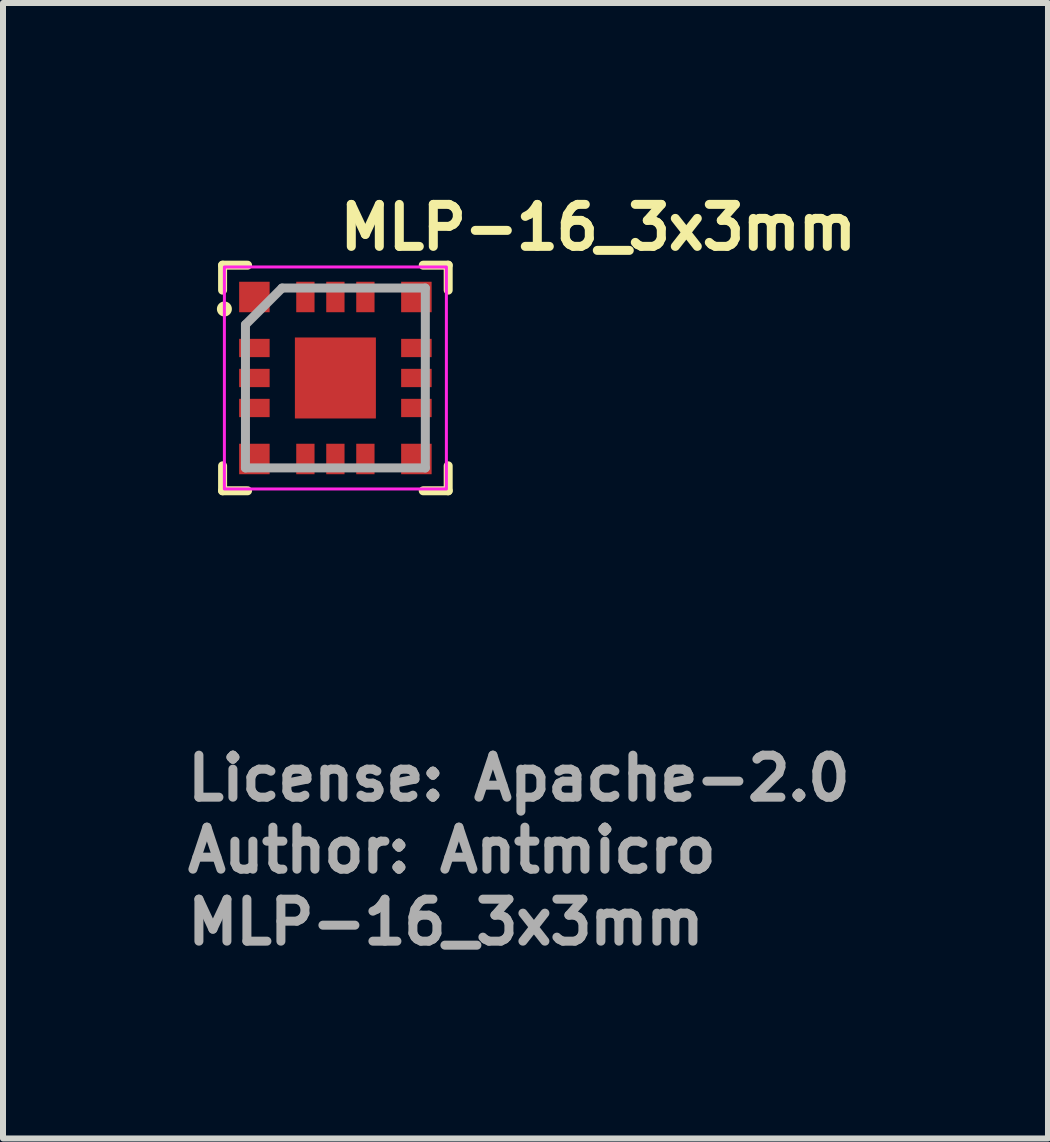
<source format=kicad_pcb>
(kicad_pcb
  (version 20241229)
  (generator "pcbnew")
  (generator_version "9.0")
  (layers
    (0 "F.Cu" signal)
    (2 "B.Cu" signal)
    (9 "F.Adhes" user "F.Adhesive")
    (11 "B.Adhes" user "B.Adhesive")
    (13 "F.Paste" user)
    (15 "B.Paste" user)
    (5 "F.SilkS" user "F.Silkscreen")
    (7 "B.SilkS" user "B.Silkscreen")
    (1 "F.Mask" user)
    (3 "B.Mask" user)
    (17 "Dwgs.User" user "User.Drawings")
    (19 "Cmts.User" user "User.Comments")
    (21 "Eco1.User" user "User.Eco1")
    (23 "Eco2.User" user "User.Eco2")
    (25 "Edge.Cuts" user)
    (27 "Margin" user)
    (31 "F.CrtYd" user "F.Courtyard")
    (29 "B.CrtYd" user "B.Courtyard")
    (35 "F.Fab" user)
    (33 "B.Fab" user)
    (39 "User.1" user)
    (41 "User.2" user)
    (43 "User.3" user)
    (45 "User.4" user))
  (footprint "MLP-16_3x3mm"
    (layer "F.Cu")
    (at 2.54 3.25)
    (property "Reference" "MLP-16_3x3mm" (at 0 -2.1 0) (unlocked yes) (layer "F.SilkS") (effects (font (size 0.7 0.7) (thickness 0.15)) (justify left bottom)))
    (attr smd)
    (fp_line (start -1.88 -1.88) (end -1.88 -1.464) (stroke (width 0.15) (type solid)) (layer "F.SilkS"))
    (fp_line (start -1.88 1.464) (end -1.88 1.88) (stroke (width 0.15) (type solid)) (layer "F.SilkS"))
    (fp_line (start -1.464 -1.88) (end -1.88 -1.88) (stroke (width 0.15) (type solid)) (layer "F.SilkS"))
    (fp_line (start -1.464 1.88) (end -1.88 1.88) (stroke (width 0.15) (type solid)) (layer "F.SilkS"))
    (fp_line (start 1.88 -1.88) (end 1.464 -1.88) (stroke (width 0.15) (type solid)) (layer "F.SilkS"))
    (fp_line (start 1.88 -1.88) (end 1.88 -1.464) (stroke (width 0.15) (type solid)) (layer "F.SilkS"))
    (fp_line (start 1.88 1.464) (end 1.88 1.88) (stroke (width 0.15) (type solid)) (layer "F.SilkS"))
    (fp_line (start 1.88 1.88) (end 1.464 1.88) (stroke (width 0.15) (type solid)) (layer "F.SilkS"))
    (fp_circle (center -1.85 -1.15) (end -1.8 -1.15) (stroke (width 0.15) (type solid)) (fill yes) (layer "F.SilkS"))
    (fp_rect (start -1.85 -1.85) (end 1.85 1.85) (stroke (width 0.05) (type solid)) (fill no) (layer "F.CrtYd"))
    (fp_line (start -1.499 -0.889) (end -1.499 1.499) (stroke (width 0.15) (type solid)) (layer "F.Fab"))
    (fp_line (start -0.889 -1.499) (end -1.499 -0.889) (stroke (width 0.15) (type solid)) (layer "F.Fab"))
    (fp_line (start 1.499 -1.499) (end -0.889 -1.499) (stroke (width 0.15) (type solid)) (layer "F.Fab"))
    (fp_line (start 1.499 -1.499) (end 1.499 1.499) (stroke (width 0.15) (type solid)) (layer "F.Fab"))
    (fp_line (start 1.499 1.499) (end -1.499 1.499) (stroke (width 0.15) (type solid)) (layer "F.Fab"))
    (fp_rect (start -1.604 -1.604) (end 1.604 1.604) (stroke (width 0.1) (type solid)) (fill no) (layer "User.5"))
    (fp_line (start -1.604 -1.604) (end -1.604 -1.096) (stroke (width 0.02) (type solid)) (layer "User.9"))
    (fp_line (start -1.604 -1.096) (end -1.499 -1.096) (stroke (width 0.02) (type solid)) (layer "User.9"))
    (fp_line (start -1.604 1.096) (end -1.604 1.604) (stroke (width 0.02) (type solid)) (layer "User.9"))
    (fp_line (start -1.604 1.604) (end -1.096 1.604) (stroke (width 0.02) (type solid)) (layer "User.9"))
    (fp_line (start -1.499 -1.499) (end -1.499 1.499) (stroke (width 0.02) (type solid)) (layer "User.9"))
    (fp_line (start -1.499 1.096) (end -1.604 1.096) (stroke (width 0.02) (type solid)) (layer "User.9"))
    (fp_line (start -1.499 1.499) (end 1.499 1.499) (stroke (width 0.02) (type solid)) (layer "User.9"))
    (fp_line (start -1.274 -0.508) (end -1.274 -0.504) (stroke (width 0.02) (type solid)) (layer "User.9"))
    (fp_line (start -1.274 -0.504) (end -1.274 -0.5) (stroke (width 0.02) (type solid)) (layer "User.9"))
    (fp_line (start -1.274 -0.5) (end -1.274 -0.5) (stroke (width 0.02) (type solid)) (layer "User.9"))
    (fp_line (start -1.274 -0.5) (end -1.274 -0.496) (stroke (width 0.02) (type solid)) (layer "User.9"))
    (fp_line (start -1.274 -0.496) (end -1.274 -0.492) (stroke (width 0.02) (type solid)) (layer "User.9"))
    (fp_line (start -1.274 -0.492) (end -1.273 -0.489) (stroke (width 0.02) (type solid)) (layer "User.9"))
    (fp_line (start -1.273 -0.511) (end -1.274 -0.508) (stroke (width 0.02) (type solid)) (layer "User.9"))
    (fp_line (start -1.273 -0.489) (end -1.272 -0.485) (stroke (width 0.02) (type solid)) (layer "User.9"))
    (fp_line (start -1.272 -0.519) (end -1.272 -0.515) (stroke (width 0.02) (type solid)) (layer "User.9"))
    (fp_line (start -1.272 -0.515) (end -1.273 -0.511) (stroke (width 0.02) (type solid)) (layer "User.9"))
    (fp_line (start -1.272 -0.485) (end -1.272 -0.481) (stroke (width 0.02) (type solid)) (layer "User.9"))
    (fp_line (start -1.272 -0.481) (end -1.271 -0.478) (stroke (width 0.02) (type solid)) (layer "User.9"))
    (fp_line (start -1.271 -0.522) (end -1.272 -0.519) (stroke (width 0.02) (type solid)) (layer "User.9"))
    (fp_line (start -1.271 -0.478) (end -1.269 -0.474) (stroke (width 0.02) (type solid)) (layer "User.9"))
    (fp_line (start -1.269 -0.526) (end -1.271 -0.522) (stroke (width 0.02) (type solid)) (layer "User.9"))
    (fp_line (start -1.269 -0.474) (end -1.268 -0.471) (stroke (width 0.02) (type solid)) (layer "User.9"))
    (fp_line (start -1.268 -0.529) (end -1.269 -0.526) (stroke (width 0.02) (type solid)) (layer "User.9"))
    (fp_line (start -1.268 -0.471) (end -1.267 -0.468) (stroke (width 0.02) (type solid)) (layer "User.9"))
    (fp_line (start -1.267 -0.532) (end -1.268 -0.529) (stroke (width 0.02) (type solid)) (layer "User.9"))
    (fp_line (start -1.267 -0.468) (end -1.265 -0.464) (stroke (width 0.02) (type solid)) (layer "User.9"))
    (fp_line (start -1.265 -0.536) (end -1.267 -0.532) (stroke (width 0.02) (type solid)) (layer "User.9"))
    (fp_line (start -1.265 -0.464) (end -1.263 -0.461) (stroke (width 0.02) (type solid)) (layer "User.9"))
    (fp_line (start -1.263 -0.539) (end -1.265 -0.536) (stroke (width 0.02) (type solid)) (layer "User.9"))
    (fp_line (start -1.263 -0.461) (end -1.261 -0.458) (stroke (width 0.02) (type solid)) (layer "User.9"))
    (fp_line (start -1.261 -0.542) (end -1.263 -0.539) (stroke (width 0.02) (type solid)) (layer "User.9"))
    (fp_line (start -1.261 -0.458) (end -1.259 -0.455) (stroke (width 0.02) (type solid)) (layer "User.9"))
    (fp_line (start -1.259 -0.545) (end -1.261 -0.542) (stroke (width 0.02) (type solid)) (layer "User.9"))
    (fp_line (start -1.259 -0.455) (end -1.257 -0.452) (stroke (width 0.02) (type solid)) (layer "User.9"))
    (fp_line (start -1.257 -0.548) (end -1.259 -0.545) (stroke (width 0.02) (type solid)) (layer "User.9"))
    (fp_line (start -1.257 -0.452) (end -1.254 -0.45) (stroke (width 0.02) (type solid)) (layer "User.9"))
    (fp_line (start -1.254 -0.55) (end -1.257 -0.548) (stroke (width 0.02) (type solid)) (layer "User.9"))
    (fp_line (start -1.254 -0.45) (end -1.252 -0.447) (stroke (width 0.02) (type solid)) (layer "User.9"))
    (fp_line (start -1.252 -0.553) (end -1.254 -0.55) (stroke (width 0.02) (type solid)) (layer "User.9"))
    (fp_line (start -1.252 -0.447) (end -1.249 -0.445) (stroke (width 0.02) (type solid)) (layer "User.9"))
    (fp_line (start -1.249 -0.555) (end -1.252 -0.553) (stroke (width 0.02) (type solid)) (layer "User.9"))
    (fp_line (start -1.249 -0.445) (end -1.247 -0.442) (stroke (width 0.02) (type solid)) (layer "User.9"))
    (fp_line (start -1.247 -0.558) (end -1.249 -0.555) (stroke (width 0.02) (type solid)) (layer "User.9"))
    (fp_line (start -1.247 -0.442) (end -1.244 -0.44) (stroke (width 0.02) (type solid)) (layer "User.9"))
    (fp_line (start -1.244 -0.56) (end -1.247 -0.558) (stroke (width 0.02) (type solid)) (layer "User.9"))
    (fp_line (start -1.244 -0.44) (end -1.241 -0.438) (stroke (width 0.02) (type solid)) (layer "User.9"))
    (fp_line (start -1.241 -0.562) (end -1.244 -0.56) (stroke (width 0.02) (type solid)) (layer "User.9"))
    (fp_line (start -1.241 -0.438) (end -1.238 -0.436) (stroke (width 0.02) (type solid)) (layer "User.9"))
    (fp_line (start -1.238 -0.564) (end -1.241 -0.562) (stroke (width 0.02) (type solid)) (layer "User.9"))
    (fp_line (start -1.238 -0.436) (end -1.235 -0.434) (stroke (width 0.02) (type solid)) (layer "User.9"))
    (fp_line (start -1.235 -0.566) (end -1.238 -0.564) (stroke (width 0.02) (type solid)) (layer "User.9"))
    (fp_line (start -1.235 -0.434) (end -1.231 -0.432) (stroke (width 0.02) (type solid)) (layer "User.9"))
    (fp_line (start -1.231 -0.568) (end -1.235 -0.566) (stroke (width 0.02) (type solid)) (layer "User.9"))
    (fp_line (start -1.231 -0.432) (end -1.228 -0.431) (stroke (width 0.02) (type solid)) (layer "User.9"))
    (fp_line (start -1.228 -0.569) (end -1.231 -0.568) (stroke (width 0.02) (type solid)) (layer "User.9"))
    (fp_line (start -1.228 -0.431) (end -1.225 -0.43) (stroke (width 0.02) (type solid)) (layer "User.9"))
    (fp_line (start -1.225 -0.57) (end -1.228 -0.569) (stroke (width 0.02) (type solid)) (layer "User.9"))
    (fp_line (start -1.225 -0.43) (end -1.221 -0.428) (stroke (width 0.02) (type solid)) (layer "User.9"))
    (fp_line (start -1.221 -0.572) (end -1.225 -0.57) (stroke (width 0.02) (type solid)) (layer "User.9"))
    (fp_line (start -1.221 -0.428) (end -1.218 -0.427) (stroke (width 0.02) (type solid)) (layer "User.9"))
    (fp_line (start -1.218 -0.573) (end -1.221 -0.572) (stroke (width 0.02) (type solid)) (layer "User.9"))
    (fp_line (start -1.218 -0.427) (end -1.214 -0.427) (stroke (width 0.02) (type solid)) (layer "User.9"))
    (fp_line (start -1.214 -0.573) (end -1.218 -0.573) (stroke (width 0.02) (type solid)) (layer "User.9"))
    (fp_line (start -1.214 -0.427) (end -1.21 -0.426) (stroke (width 0.02) (type solid)) (layer "User.9"))
    (fp_line (start -1.21 -0.574) (end -1.214 -0.573) (stroke (width 0.02) (type solid)) (layer "User.9"))
    (fp_line (start -1.21 -0.426) (end -1.207 -0.425) (stroke (width 0.02) (type solid)) (layer "User.9"))
    (fp_line (start -1.207 -0.575) (end -1.21 -0.574) (stroke (width 0.02) (type solid)) (layer "User.9"))
    (fp_line (start -1.207 -0.425) (end -1.203 -0.425) (stroke (width 0.02) (type solid)) (layer "User.9"))
    (fp_line (start -1.203 -0.575) (end -1.207 -0.575) (stroke (width 0.02) (type solid)) (layer "User.9"))
    (fp_line (start -1.203 -0.425) (end -1.199 -0.425) (stroke (width 0.02) (type solid)) (layer "User.9"))
    (fp_line (start -1.199 -0.575) (end -1.203 -0.575) (stroke (width 0.02) (type solid)) (layer "User.9"))
    (fp_line (start -1.199 -0.575) (end -1.199 -0.575) (stroke (width 0.02) (type solid)) (layer "User.9"))
    (fp_line (start -1.199 -0.425) (end -1.199 -0.425) (stroke (width 0.02) (type solid)) (layer "User.9"))
    (fp_line (start -1.199 -0.425) (end -1.195 -0.425) (stroke (width 0.02) (type solid)) (layer "User.9"))
    (fp_line (start -1.195 -0.575) (end -1.199 -0.575) (stroke (width 0.02) (type solid)) (layer "User.9"))
    (fp_line (start -1.195 -0.425) (end -1.191 -0.425) (stroke (width 0.02) (type solid)) (layer "User.9"))
    (fp_line (start -1.191 -0.575) (end -1.195 -0.575) (stroke (width 0.02) (type solid)) (layer "User.9"))
    (fp_line (start -1.191 -0.425) (end -1.188 -0.426) (stroke (width 0.02) (type solid)) (layer "User.9"))
    (fp_line (start -1.188 -0.574) (end -1.191 -0.575) (stroke (width 0.02) (type solid)) (layer "User.9"))
    (fp_line (start -1.188 -0.426) (end -1.184 -0.427) (stroke (width 0.02) (type solid)) (layer "User.9"))
    (fp_line (start -1.184 -0.573) (end -1.188 -0.574) (stroke (width 0.02) (type solid)) (layer "User.9"))
    (fp_line (start -1.184 -0.427) (end -1.18 -0.427) (stroke (width 0.02) (type solid)) (layer "User.9"))
    (fp_line (start -1.18 -0.573) (end -1.184 -0.573) (stroke (width 0.02) (type solid)) (layer "User.9"))
    (fp_line (start -1.18 -0.427) (end -1.177 -0.428) (stroke (width 0.02) (type solid)) (layer "User.9"))
    (fp_line (start -1.177 -0.572) (end -1.18 -0.573) (stroke (width 0.02) (type solid)) (layer "User.9"))
    (fp_line (start -1.177 -0.428) (end -1.173 -0.43) (stroke (width 0.02) (type solid)) (layer "User.9"))
    (fp_line (start -1.173 -0.57) (end -1.177 -0.572) (stroke (width 0.02) (type solid)) (layer "User.9"))
    (fp_line (start -1.173 -0.43) (end -1.17 -0.431) (stroke (width 0.02) (type solid)) (layer "User.9"))
    (fp_line (start -1.17 -0.569) (end -1.173 -0.57) (stroke (width 0.02) (type solid)) (layer "User.9"))
    (fp_line (start -1.17 -0.431) (end -1.167 -0.432) (stroke (width 0.02) (type solid)) (layer "User.9"))
    (fp_line (start -1.167 -0.568) (end -1.17 -0.569) (stroke (width 0.02) (type solid)) (layer "User.9"))
    (fp_line (start -1.167 -0.432) (end -1.163 -0.434) (stroke (width 0.02) (type solid)) (layer "User.9"))
    (fp_line (start -1.163 -0.566) (end -1.167 -0.568) (stroke (width 0.02) (type solid)) (layer "User.9"))
    (fp_line (start -1.163 -0.434) (end -1.16 -0.436) (stroke (width 0.02) (type solid)) (layer "User.9"))
    (fp_line (start -1.16 -0.564) (end -1.163 -0.566) (stroke (width 0.02) (type solid)) (layer "User.9"))
    (fp_line (start -1.16 -0.436) (end -1.157 -0.438) (stroke (width 0.02) (type solid)) (layer "User.9"))
    (fp_line (start -1.157 -0.562) (end -1.16 -0.564) (stroke (width 0.02) (type solid)) (layer "User.9"))
    (fp_line (start -1.157 -0.438) (end -1.154 -0.44) (stroke (width 0.02) (type solid)) (layer "User.9"))
    (fp_line (start -1.154 -0.56) (end -1.157 -0.562) (stroke (width 0.02) (type solid)) (layer "User.9"))
    (fp_line (start -1.154 -0.44) (end -1.151 -0.442) (stroke (width 0.02) (type solid)) (layer "User.9"))
    (fp_line (start -1.151 -0.558) (end -1.154 -0.56) (stroke (width 0.02) (type solid)) (layer "User.9"))
    (fp_line (start -1.151 -0.442) (end -1.149 -0.445) (stroke (width 0.02) (type solid)) (layer "User.9"))
    (fp_line (start -1.149 -0.555) (end -1.151 -0.558) (stroke (width 0.02) (type solid)) (layer "User.9"))
    (fp_line (start -1.149 -0.445) (end -1.146 -0.447) (stroke (width 0.02) (type solid)) (layer "User.9"))
    (fp_line (start -1.146 -0.553) (end -1.149 -0.555) (stroke (width 0.02) (type solid)) (layer "User.9"))
    (fp_line (start -1.146 -0.447) (end -1.144 -0.45) (stroke (width 0.02) (type solid)) (layer "User.9"))
    (fp_line (start -1.144 -0.55) (end -1.146 -0.553) (stroke (width 0.02) (type solid)) (layer "User.9"))
    (fp_line (start -1.144 -0.45) (end -1.141 -0.452) (stroke (width 0.02) (type solid)) (layer "User.9"))
    (fp_line (start -1.141 -0.548) (end -1.144 -0.55) (stroke (width 0.02) (type solid)) (layer "User.9"))
    (fp_line (start -1.141 -0.452) (end -1.139 -0.455) (stroke (width 0.02) (type solid)) (layer "User.9"))
    (fp_line (start -1.139 -0.545) (end -1.141 -0.548) (stroke (width 0.02) (type solid)) (layer "User.9"))
    (fp_line (start -1.139 -0.455) (end -1.137 -0.458) (stroke (width 0.02) (type solid)) (layer "User.9"))
    (fp_line (start -1.137 -0.542) (end -1.139 -0.545) (stroke (width 0.02) (type solid)) (layer "User.9"))
    (fp_line (start -1.137 -0.458) (end -1.135 -0.461) (stroke (width 0.02) (type solid)) (layer "User.9"))
    (fp_line (start -1.135 -0.539) (end -1.137 -0.542) (stroke (width 0.02) (type solid)) (layer "User.9"))
    (fp_line (start -1.135 -0.461) (end -1.133 -0.464) (stroke (width 0.02) (type solid)) (layer "User.9"))
    (fp_line (start -1.133 -0.536) (end -1.135 -0.539) (stroke (width 0.02) (type solid)) (layer "User.9"))
    (fp_line (start -1.133 -0.464) (end -1.131 -0.468) (stroke (width 0.02) (type solid)) (layer "User.9"))
    (fp_line (start -1.131 -0.532) (end -1.133 -0.536) (stroke (width 0.02) (type solid)) (layer "User.9"))
    (fp_line (start -1.131 -0.468) (end -1.13 -0.471) (stroke (width 0.02) (type solid)) (layer "User.9"))
    (fp_line (start -1.13 -0.529) (end -1.131 -0.532) (stroke (width 0.02) (type solid)) (layer "User.9"))
    (fp_line (start -1.13 -0.471) (end -1.129 -0.474) (stroke (width 0.02) (type solid)) (layer "User.9"))
    (fp_line (start -1.129 -0.526) (end -1.13 -0.529) (stroke (width 0.02) (type solid)) (layer "User.9"))
    (fp_line (start -1.129 -0.474) (end -1.127 -0.478) (stroke (width 0.02) (type solid)) (layer "User.9"))
    (fp_line (start -1.127 -0.522) (end -1.129 -0.526) (stroke (width 0.02) (type solid)) (layer "User.9"))
    (fp_line (start -1.127 -0.478) (end -1.126 -0.481) (stroke (width 0.02) (type solid)) (layer "User.9"))
    (fp_line (start -1.126 -0.519) (end -1.127 -0.522) (stroke (width 0.02) (type solid)) (layer "User.9"))
    (fp_line (start -1.126 -0.515) (end -1.126 -0.519) (stroke (width 0.02) (type solid)) (layer "User.9"))
    (fp_line (start -1.126 -0.485) (end -1.125 -0.489) (stroke (width 0.02) (type solid)) (layer "User.9"))
    (fp_line (start -1.126 -0.481) (end -1.126 -0.485) (stroke (width 0.02) (type solid)) (layer "User.9"))
    (fp_line (start -1.125 -0.511) (end -1.126 -0.515) (stroke (width 0.02) (type solid)) (layer "User.9"))
    (fp_line (start -1.125 -0.489) (end -1.124 -0.492) (stroke (width 0.02) (type solid)) (layer "User.9"))
    (fp_line (start -1.124 -0.508) (end -1.125 -0.511) (stroke (width 0.02) (type solid)) (layer "User.9"))
    (fp_line (start -1.124 -0.504) (end -1.124 -0.508) (stroke (width 0.02) (type solid)) (layer "User.9"))
    (fp_line (start -1.124 -0.5) (end -1.124 -0.504) (stroke (width 0.02) (type solid)) (layer "User.9"))
    (fp_line (start -1.124 -0.5) (end -1.124 -0.5) (stroke (width 0.02) (type solid)) (layer "User.9"))
    (fp_line (start -1.124 -0.5) (end -1.124 -0.5) (stroke (width 0.02) (type solid)) (layer "User.9"))
    (fp_line (start -1.124 -0.496) (end -1.124 -0.5) (stroke (width 0.02) (type solid)) (layer "User.9"))
    (fp_line (start -1.124 -0.492) (end -1.124 -0.496) (stroke (width 0.02) (type solid)) (layer "User.9"))
    (fp_line (start -1.096 -1.604) (end -1.604 -1.604) (stroke (width 0.02) (type solid)) (layer "User.9"))
    (fp_line (start -1.096 -1.499) (end -1.096 -1.604) (stroke (width 0.02) (type solid)) (layer "User.9"))
    (fp_line (start -1.096 1.604) (end -1.096 1.499) (stroke (width 0.02) (type solid)) (layer "User.9"))
    (fp_line (start 1.096 -1.604) (end 1.096 -1.499) (stroke (width 0.02) (type solid)) (layer "User.9"))
    (fp_line (start 1.096 1.499) (end 1.096 1.604) (stroke (width 0.02) (type solid)) (layer "User.9"))
    (fp_line (start 1.096 1.604) (end 1.604 1.604) (stroke (width 0.02) (type solid)) (layer "User.9"))
    (fp_line (start 1.499 -1.499) (end -1.499 -1.499) (stroke (width 0.02) (type solid)) (layer "User.9"))
    (fp_line (start 1.499 -1.096) (end 1.604 -1.096) (stroke (width 0.02) (type solid)) (layer "User.9"))
    (fp_line (start 1.499 1.499) (end 1.499 -1.499) (stroke (width 0.02) (type solid)) (layer "User.9"))
    (fp_line (start 1.604 -1.604) (end 1.096 -1.604) (stroke (width 0.02) (type solid)) (layer "User.9"))
    (fp_line (start 1.604 -1.096) (end 1.604 -1.604) (stroke (width 0.02) (type solid)) (layer "User.9"))
    (fp_line (start 1.604 1.096) (end 1.499 1.096) (stroke (width 0.02) (type solid)) (layer "User.9"))
    (fp_line (start 1.604 1.604) (end 1.604 1.096) (stroke (width 0.02) (type solid)) (layer "User.9"))
    (fp_text user "${REFERENCE}" (at -2.54 9.48 0) (layer "F.Fab") (effects (font (size 0.7 0.7) (thickness 0.15)) (justify left bottom)))
    (fp_text user "Author: Antmicro" (at -2.54 8.28 0) (layer "F.Fab") (effects (font (size 0.7 0.7) (thickness 0.15)) (justify left bottom)))
    (fp_text user "License: Apache-2.0" (at -2.54 7.08 0) (layer "F.Fab") (effects (font (size 0.7 0.7) (thickness 0.15)) (justify left bottom)))
    (pad "1" smd rect (at -1.35 -1.35) (size 0.508 0.508) (layers "F.Cu" "F.Mask" "F.Paste"))
    (pad "2" smd rect (at -1.35 -0.5) (size 0.508 0.305) (layers "F.Cu" "F.Mask" "F.Paste"))
    (pad "3" smd rect (at -1.35 0) (size 0.508 0.305) (layers "F.Cu" "F.Mask" "F.Paste"))
    (pad "4" smd rect (at -1.35 0.5) (size 0.508 0.305) (layers "F.Cu" "F.Mask" "F.Paste"))
    (pad "5" smd rect (at -1.35 1.35) (size 0.508 0.508) (layers "F.Cu" "F.Mask" "F.Paste"))
    (pad "6" smd rect (at -0.5 1.35 90) (size 0.508 0.305) (layers "F.Cu" "F.Mask" "F.Paste"))
    (pad "7" smd rect (at 0 1.35 90) (size 0.508 0.305) (layers "F.Cu" "F.Mask" "F.Paste"))
    (pad "8" smd rect (at 0.5 1.35 90) (size 0.508 0.305) (layers "F.Cu" "F.Mask" "F.Paste"))
    (pad "9" smd rect (at 1.35 1.35) (size 0.508 0.508) (layers "F.Cu" "F.Mask" "F.Paste"))
    (pad "10" smd rect (at 1.35 0.5 180) (size 0.508 0.305) (layers "F.Cu" "F.Mask" "F.Paste"))
    (pad "11" smd rect (at 1.35 0 180) (size 0.508 0.305) (layers "F.Cu" "F.Mask" "F.Paste"))
    (pad "12" smd rect (at 1.35 -0.5 180) (size 0.508 0.305) (layers "F.Cu" "F.Mask" "F.Paste"))
    (pad "13" smd rect (at 1.35 -1.35) (size 0.508 0.508) (layers "F.Cu" "F.Mask" "F.Paste"))
    (pad "14" smd rect (at 0.5 -1.35 270) (size 0.508 0.305) (layers "F.Cu" "F.Mask" "F.Paste"))
    (pad "15" smd rect (at 0 -1.35 270) (size 0.508 0.305) (layers "F.Cu" "F.Mask" "F.Paste"))
    (pad "16" smd rect (at -0.5 -1.35 270) (size 0.508 0.305) (layers "F.Cu" "F.Mask" "F.Paste"))
    (pad "17" smd rect (at 0 0) (size 1.35 1.35) (layers "F.Cu" "F.Mask" "F.Paste")))
  (gr_rect
    (start -3 -3)
    (end 14.417 15.925)
    (stroke (width 0.1) (type default))
    (fill no)
    (layer "Edge.Cuts")))
</source>
